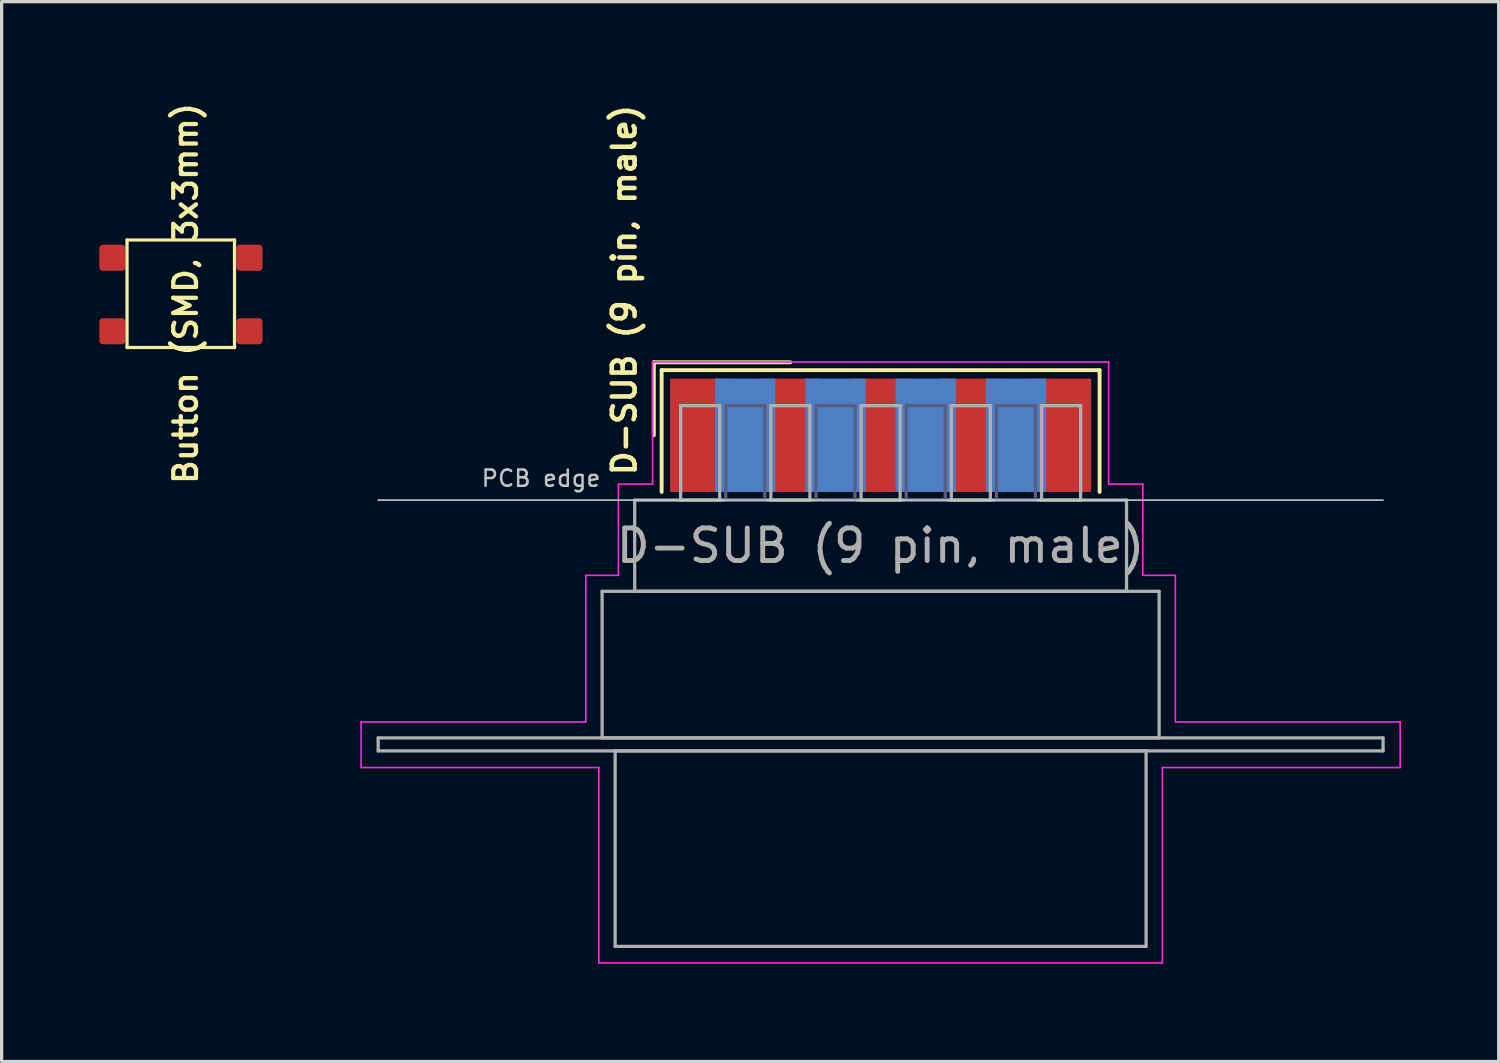
<source format=kicad_pcb>
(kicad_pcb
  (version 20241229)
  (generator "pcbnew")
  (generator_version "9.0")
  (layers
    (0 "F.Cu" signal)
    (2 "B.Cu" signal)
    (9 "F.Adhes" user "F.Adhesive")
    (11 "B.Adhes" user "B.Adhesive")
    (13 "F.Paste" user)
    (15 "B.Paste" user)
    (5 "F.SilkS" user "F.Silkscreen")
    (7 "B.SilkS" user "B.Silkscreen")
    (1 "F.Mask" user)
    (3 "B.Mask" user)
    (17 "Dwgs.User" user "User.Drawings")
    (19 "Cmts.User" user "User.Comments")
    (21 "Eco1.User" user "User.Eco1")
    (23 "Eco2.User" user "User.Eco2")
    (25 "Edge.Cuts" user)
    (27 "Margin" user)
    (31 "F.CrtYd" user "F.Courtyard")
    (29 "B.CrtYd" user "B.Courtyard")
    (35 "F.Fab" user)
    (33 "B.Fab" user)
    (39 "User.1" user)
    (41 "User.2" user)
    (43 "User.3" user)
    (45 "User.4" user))
  (footprint "D-SUB (9 pin, male)"
    (layer "F.Cu")
    (at 23.985 10.313)
    (property "Reference" "D-SUB (9 pin, male)" (at -7.87 1.3 90) (layer "F.SilkS") (effects (font (size 0.7 0.7) (thickness 0.14) (bold yes)) (justify left)))
    (attr smd)
    (fp_line (start -6.963 -2.24) (end -2.77 -2.24) (stroke (width 0.12) (type solid)) (layer "F.SilkS"))
    (fp_line (start -6.963 0) (end -6.963 -2.24) (stroke (width 0.12) (type solid)) (layer "F.SilkS"))
    (fp_line (start -6.723 -2) (end -6.723 1.74) (stroke (width 0.12) (type solid)) (layer "F.SilkS"))
    (fp_line (start 6.723 -2) (end -6.723 -2) (stroke (width 0.12) (type solid)) (layer "F.SilkS"))
    (fp_line (start 6.723 1.74) (end 6.723 -2) (stroke (width 0.12) (type solid)) (layer "F.SilkS"))
    (fp_line (start -15.425 1.99) (end 15.425 1.99) (stroke (width 0.05) (type solid)) (layer "Dwgs.User"))
    (fp_line (start -15.95 8.8) (end -9.05 8.8) (stroke (width 0.05) (type solid)) (layer "F.CrtYd"))
    (fp_line (start -15.95 10.2) (end -15.95 8.8) (stroke (width 0.05) (type solid)) (layer "F.CrtYd"))
    (fp_line (start -9.05 4.3) (end -8.05 4.3) (stroke (width 0.05) (type solid)) (layer "F.CrtYd"))
    (fp_line (start -9.05 8.8) (end -9.05 4.3) (stroke (width 0.05) (type solid)) (layer "F.CrtYd"))
    (fp_line (start -8.65 10.2) (end -15.95 10.2) (stroke (width 0.05) (type solid)) (layer "F.CrtYd"))
    (fp_line (start -8.65 16.2) (end -8.65 10.2) (stroke (width 0.05) (type solid)) (layer "F.CrtYd"))
    (fp_line (start -8.05 1.5) (end -7 1.5) (stroke (width 0.05) (type solid)) (layer "F.CrtYd"))
    (fp_line (start -8.05 4.3) (end -8.05 1.5) (stroke (width 0.05) (type solid)) (layer "F.CrtYd"))
    (fp_line (start -7 -2.25) (end 7 -2.25) (stroke (width 0.05) (type solid)) (layer "F.CrtYd"))
    (fp_line (start -7 1.5) (end -7 -2.25) (stroke (width 0.05) (type solid)) (layer "F.CrtYd"))
    (fp_line (start 7 -2.25) (end 7 1.5) (stroke (width 0.05) (type solid)) (layer "F.CrtYd"))
    (fp_line (start 7 1.5) (end 8.05 1.5) (stroke (width 0.05) (type solid)) (layer "F.CrtYd"))
    (fp_line (start 8.05 1.5) (end 8.05 4.3) (stroke (width 0.05) (type solid)) (layer "F.CrtYd"))
    (fp_line (start 8.05 4.3) (end 9.05 4.3) (stroke (width 0.05) (type solid)) (layer "F.CrtYd"))
    (fp_line (start 8.65 10.2) (end 8.65 16.2) (stroke (width 0.05) (type solid)) (layer "F.CrtYd"))
    (fp_line (start 8.65 16.2) (end -8.65 16.2) (stroke (width 0.05) (type solid)) (layer "F.CrtYd"))
    (fp_line (start 9.05 4.3) (end 9.05 8.8) (stroke (width 0.05) (type solid)) (layer "F.CrtYd"))
    (fp_line (start 9.05 8.8) (end 15.95 8.8) (stroke (width 0.05) (type solid)) (layer "F.CrtYd"))
    (fp_line (start 15.95 8.8) (end 15.95 10.2) (stroke (width 0.05) (type solid)) (layer "F.CrtYd"))
    (fp_line (start 15.95 10.2) (end 8.65 10.2) (stroke (width 0.05) (type solid)) (layer "F.CrtYd"))
    (fp_line (start -4.755 -0.91) (end -4.755 1.99) (stroke (width 0.1) (type solid)) (layer "B.Fab"))
    (fp_line (start -4.755 1.99) (end -3.555 1.99) (stroke (width 0.1) (type solid)) (layer "B.Fab"))
    (fp_line (start -3.555 -0.91) (end -4.755 -0.91) (stroke (width 0.1) (type solid)) (layer "B.Fab"))
    (fp_line (start -3.555 1.99) (end -3.555 -0.91) (stroke (width 0.1) (type solid)) (layer "B.Fab"))
    (fp_line (start -1.985 -0.91) (end -1.985 1.99) (stroke (width 0.1) (type solid)) (layer "B.Fab"))
    (fp_line (start -1.985 1.99) (end -0.785 1.99) (stroke (width 0.1) (type solid)) (layer "B.Fab"))
    (fp_line (start -0.785 -0.91) (end -1.985 -0.91) (stroke (width 0.1) (type solid)) (layer "B.Fab"))
    (fp_line (start -0.785 1.99) (end -0.785 -0.91) (stroke (width 0.1) (type solid)) (layer "B.Fab"))
    (fp_line (start 0.785 -0.91) (end 0.785 1.99) (stroke (width 0.1) (type solid)) (layer "B.Fab"))
    (fp_line (start 0.785 1.99) (end 1.985 1.99) (stroke (width 0.1) (type solid)) (layer "B.Fab"))
    (fp_line (start 1.985 -0.91) (end 0.785 -0.91) (stroke (width 0.1) (type solid)) (layer "B.Fab"))
    (fp_line (start 1.985 1.99) (end 1.985 -0.91) (stroke (width 0.1) (type solid)) (layer "B.Fab"))
    (fp_line (start 3.555 -0.91) (end 3.555 1.99) (stroke (width 0.1) (type solid)) (layer "B.Fab"))
    (fp_line (start 3.555 1.99) (end 4.755 1.99) (stroke (width 0.1) (type solid)) (layer "B.Fab"))
    (fp_line (start 4.755 -0.91) (end 3.555 -0.91) (stroke (width 0.1) (type solid)) (layer "B.Fab"))
    (fp_line (start 4.755 1.99) (end 4.755 -0.91) (stroke (width 0.1) (type solid)) (layer "B.Fab"))
    (fp_line (start -15.425 9.29) (end -15.425 9.69) (stroke (width 0.1) (type solid)) (layer "F.Fab"))
    (fp_line (start -15.425 9.69) (end 15.425 9.69) (stroke (width 0.1) (type solid)) (layer "F.Fab"))
    (fp_line (start -8.55 4.79) (end -8.55 9.29) (stroke (width 0.1) (type solid)) (layer "F.Fab"))
    (fp_line (start -8.55 9.29) (end 8.55 9.29) (stroke (width 0.1) (type solid)) (layer "F.Fab"))
    (fp_line (start -8.15 9.69) (end -8.15 15.69) (stroke (width 0.1) (type solid)) (layer "F.Fab"))
    (fp_line (start -8.15 15.69) (end 8.15 15.69) (stroke (width 0.1) (type solid)) (layer "F.Fab"))
    (fp_line (start -7.55 1.99) (end -7.55 4.79) (stroke (width 0.1) (type solid)) (layer "F.Fab"))
    (fp_line (start -7.55 4.79) (end 7.55 4.79) (stroke (width 0.1) (type solid)) (layer "F.Fab"))
    (fp_line (start -6.14 -0.91) (end -6.14 1.99) (stroke (width 0.1) (type solid)) (layer "F.Fab"))
    (fp_line (start -6.14 1.99) (end -4.94 1.99) (stroke (width 0.1) (type solid)) (layer "F.Fab"))
    (fp_line (start -4.94 -0.91) (end -6.14 -0.91) (stroke (width 0.1) (type solid)) (layer "F.Fab"))
    (fp_line (start -4.94 1.99) (end -4.94 -0.91) (stroke (width 0.1) (type solid)) (layer "F.Fab"))
    (fp_line (start -3.37 -0.91) (end -3.37 1.99) (stroke (width 0.1) (type solid)) (layer "F.Fab"))
    (fp_line (start -3.37 1.99) (end -2.17 1.99) (stroke (width 0.1) (type solid)) (layer "F.Fab"))
    (fp_line (start -2.17 -0.91) (end -3.37 -0.91) (stroke (width 0.1) (type solid)) (layer "F.Fab"))
    (fp_line (start -2.17 1.99) (end -2.17 -0.91) (stroke (width 0.1) (type solid)) (layer "F.Fab"))
    (fp_line (start -0.6 -0.91) (end -0.6 1.99) (stroke (width 0.1) (type solid)) (layer "F.Fab"))
    (fp_line (start -0.6 1.99) (end 0.6 1.99) (stroke (width 0.1) (type solid)) (layer "F.Fab"))
    (fp_line (start 0.6 -0.91) (end -0.6 -0.91) (stroke (width 0.1) (type solid)) (layer "F.Fab"))
    (fp_line (start 0.6 1.99) (end 0.6 -0.91) (stroke (width 0.1) (type solid)) (layer "F.Fab"))
    (fp_line (start 2.17 -0.91) (end 2.17 1.99) (stroke (width 0.1) (type solid)) (layer "F.Fab"))
    (fp_line (start 2.17 1.99) (end 3.37 1.99) (stroke (width 0.1) (type solid)) (layer "F.Fab"))
    (fp_line (start 3.37 -0.91) (end 2.17 -0.91) (stroke (width 0.1) (type solid)) (layer "F.Fab"))
    (fp_line (start 3.37 1.99) (end 3.37 -0.91) (stroke (width 0.1) (type solid)) (layer "F.Fab"))
    (fp_line (start 4.94 -0.91) (end 4.94 1.99) (stroke (width 0.1) (type solid)) (layer "F.Fab"))
    (fp_line (start 4.94 1.99) (end 6.14 1.99) (stroke (width 0.1) (type solid)) (layer "F.Fab"))
    (fp_line (start 6.14 -0.91) (end 4.94 -0.91) (stroke (width 0.1) (type solid)) (layer "F.Fab"))
    (fp_line (start 6.14 1.99) (end 6.14 -0.91) (stroke (width 0.1) (type solid)) (layer "F.Fab"))
    (fp_line (start 7.55 1.99) (end -7.55 1.99) (stroke (width 0.1) (type solid)) (layer "F.Fab"))
    (fp_line (start 7.55 4.79) (end 7.55 1.99) (stroke (width 0.1) (type solid)) (layer "F.Fab"))
    (fp_line (start 8.15 9.69) (end -8.15 9.69) (stroke (width 0.1) (type solid)) (layer "F.Fab"))
    (fp_line (start 8.15 15.69) (end 8.15 9.69) (stroke (width 0.1) (type solid)) (layer "F.Fab"))
    (fp_line (start 8.55 4.79) (end -8.55 4.79) (stroke (width 0.1) (type solid)) (layer "F.Fab"))
    (fp_line (start 8.55 9.29) (end 8.55 4.79) (stroke (width 0.1) (type solid)) (layer "F.Fab"))
    (fp_line (start 15.425 9.29) (end -15.425 9.29) (stroke (width 0.1) (type solid)) (layer "F.Fab"))
    (fp_line (start 15.425 9.69) (end 15.425 9.29) (stroke (width 0.1) (type solid)) (layer "F.Fab"))
    (fp_text user "PCB edge" (at -10.425 1.323 0) (layer "Dwgs.User") (effects (font (size 0.5 0.5) (thickness 0.075))))
    (fp_text user "${REFERENCE}" (at 0 3.39 0) (layer "F.Fab") (effects (font (size 1 1) (thickness 0.15))))
    (pad "1" smd rect (at -5.54 0) (size 1.847 3.48) (layers "F.Cu" "F.Mask" "F.Paste"))
    (pad "2" smd rect (at -2.77 0) (size 1.847 3.48) (layers "F.Cu" "F.Mask" "F.Paste"))
    (pad "3" smd rect (at 0 0) (size 1.847 3.48) (layers "F.Cu" "F.Mask" "F.Paste"))
    (pad "4" smd rect (at 2.77 0) (size 1.847 3.48) (layers "F.Cu" "F.Mask" "F.Paste"))
    (pad "5" smd rect (at 5.54 0) (size 1.847 3.48) (layers "F.Cu" "F.Mask" "F.Paste"))
    (pad "6" smd rect (at -4.155 0) (size 1.847 3.48) (layers "B.Cu" "B.Mask" "B.Paste"))
    (pad "7" smd rect (at -1.385 0) (size 1.847 3.48) (layers "B.Cu" "B.Mask" "B.Paste"))
    (pad "8" smd rect (at 1.385 0) (size 1.847 3.48) (layers "B.Cu" "B.Mask" "B.Paste"))
    (pad "9" smd rect (at 4.155 0) (size 1.847 3.48) (layers "B.Cu" "B.Mask" "B.Paste")))
  (footprint "Button (SMD, 3x3mm)"
    (layer "F.Cu")
    (at 0.85 4.318)
    (property "Reference" "Button (SMD, 3x3mm)" (at 1.8 1.64 270) (layer "F.SilkS") (effects (font (size 0.7 0.7) (thickness 0.13) (bold yes))))
    (attr smd)
    (fp_line (start 0 0) (end 0 3.3) (stroke (width 0.1) (type default)) (layer "F.SilkS"))
    (fp_line (start 0 0) (end 3.3 0) (stroke (width 0.1) (type default)) (layer "F.SilkS"))
    (fp_line (start 3.3 3.3) (end 0 3.3) (stroke (width 0.1) (type default)) (layer "F.SilkS"))
    (fp_line (start 3.3 3.3) (end 3.3 0) (stroke (width 0.1) (type default)) (layer "F.SilkS"))
    (pad "1" smd roundrect (at -0.45 0.545) (size 0.8 0.8) (layers "F.Cu" "F.Mask" "F.Paste") (roundrect_rratio 0.131))
    (pad "2" smd roundrect (at 3.76 0.545) (size 0.8 0.8) (layers "F.Cu" "F.Mask" "F.Paste") (roundrect_rratio 0.131))
    (pad "3" smd roundrect (at -0.45 2.8) (size 0.8 0.8) (layers "F.Cu" "F.Mask" "F.Paste") (roundrect_rratio 0.131))
    (pad "4" smd roundrect (at 3.76 2.8) (size 0.8 0.8) (layers "F.Cu" "F.Mask" "F.Paste") (roundrect_rratio 0.131)))
  (gr_rect
    (start -3 -3)
    (end 42.96 29.538)
    (stroke (width 0.1) (type default))
    (fill no)
    (layer "Edge.Cuts")))
</source>
